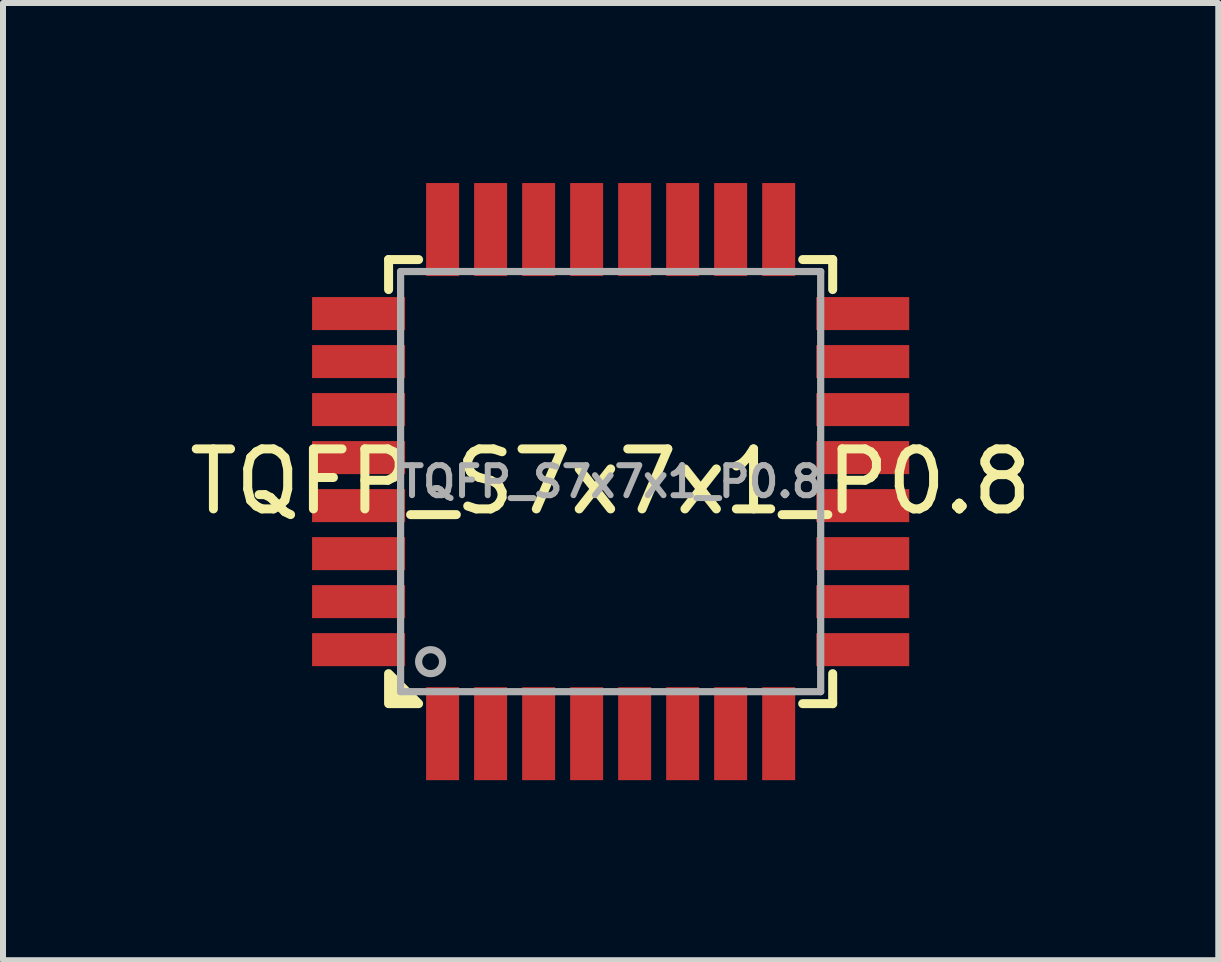
<source format=kicad_pcb>
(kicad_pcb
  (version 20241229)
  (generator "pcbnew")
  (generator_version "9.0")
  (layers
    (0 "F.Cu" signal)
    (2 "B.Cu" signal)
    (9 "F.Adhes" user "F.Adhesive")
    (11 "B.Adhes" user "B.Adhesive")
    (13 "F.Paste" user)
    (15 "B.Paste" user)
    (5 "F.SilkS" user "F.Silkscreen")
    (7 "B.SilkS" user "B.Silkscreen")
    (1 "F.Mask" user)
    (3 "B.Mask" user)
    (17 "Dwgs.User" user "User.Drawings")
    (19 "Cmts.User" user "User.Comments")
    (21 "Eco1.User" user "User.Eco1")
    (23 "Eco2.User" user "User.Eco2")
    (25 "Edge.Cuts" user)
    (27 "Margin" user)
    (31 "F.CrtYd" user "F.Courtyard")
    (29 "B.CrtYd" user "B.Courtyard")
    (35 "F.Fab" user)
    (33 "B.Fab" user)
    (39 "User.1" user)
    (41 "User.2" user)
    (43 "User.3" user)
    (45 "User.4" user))
  (footprint "TQFP_S7x7x1_P0.8"
    (layer "F.Cu")
    (at 7.125 4.975)
    (property "Reference" "TQFP_S7x7x1_P0.8" (at 0 0 0) (layer "F.SilkS") (effects (font (size 1 1) (thickness 0.15))))
    (attr smd)
    (fp_line (start -3.7 -3.7) (end -3.7 -3.2) (stroke (width 0.15) (type solid)) (layer "F.SilkS"))
    (fp_line (start -3.2 -3.7) (end -3.7 -3.7) (stroke (width 0.15) (type solid)) (layer "F.SilkS"))
    (fp_line (start 3.2 3.7) (end 3.7 3.7) (stroke (width 0.15) (type solid)) (layer "F.SilkS"))
    (fp_line (start 3.7 -3.7) (end 3.2 -3.7) (stroke (width 0.15) (type solid)) (layer "F.SilkS"))
    (fp_line (start 3.7 -3.2) (end 3.7 -3.7) (stroke (width 0.15) (type solid)) (layer "F.SilkS"))
    (fp_line (start 3.7 3.7) (end 3.7 3.2) (stroke (width 0.15) (type solid)) (layer "F.SilkS"))
    (fp_poly (pts (xy -3.2 3.7) (xy -3.7 3.7) (xy -3.7 3.2)) (stroke (width 0.15) (type solid)) (fill yes) (layer "F.SilkS"))
    (fp_line (start -3.5 -3.5) (end -3.5 3.5) (stroke (width 0.12) (type solid)) (layer "F.Fab"))
    (fp_line (start -3.5 3.5) (end 3.5 3.5) (stroke (width 0.12) (type solid)) (layer "F.Fab"))
    (fp_line (start 3.5 -3.5) (end -3.5 -3.5) (stroke (width 0.12) (type solid)) (layer "F.Fab"))
    (fp_line (start 3.5 3.5) (end 3.5 -3.5) (stroke (width 0.12) (type solid)) (layer "F.Fab"))
    (fp_circle (center -3 3) (end -3 2.8) (stroke (width 0.12) (type solid)) (fill no) (layer "F.Fab"))
    (fp_text user "${REFERENCE}" (at 0 0 0) (layer "F.Fab") (effects (font (size 0.5 0.5) (thickness 0.1))))
    (pad "1" smd rect (at -2.8 4.2) (size 0.55 1.55) (layers "F.Cu" "F.Mask" "F.Paste"))
    (pad "2" smd rect (at -2 4.2) (size 0.55 1.55) (layers "F.Cu" "F.Mask" "F.Paste"))
    (pad "3" smd rect (at -1.2 4.2) (size 0.55 1.55) (layers "F.Cu" "F.Mask" "F.Paste"))
    (pad "4" smd rect (at -0.4 4.2) (size 0.55 1.55) (layers "F.Cu" "F.Mask" "F.Paste"))
    (pad "5" smd rect (at 0.4 4.2) (size 0.55 1.55) (layers "F.Cu" "F.Mask" "F.Paste"))
    (pad "6" smd rect (at 1.2 4.2) (size 0.55 1.55) (layers "F.Cu" "F.Mask" "F.Paste"))
    (pad "7" smd rect (at 2 4.2) (size 0.55 1.55) (layers "F.Cu" "F.Mask" "F.Paste"))
    (pad "8" smd rect (at 2.8 4.2) (size 0.55 1.55) (layers "F.Cu" "F.Mask" "F.Paste"))
    (pad "9" smd rect (at 4.2 2.8 90) (size 0.55 1.55) (layers "F.Cu" "F.Mask" "F.Paste"))
    (pad "10" smd rect (at 4.2 2 90) (size 0.55 1.55) (layers "F.Cu" "F.Mask" "F.Paste"))
    (pad "11" smd rect (at 4.2 1.2 90) (size 0.55 1.55) (layers "F.Cu" "F.Mask" "F.Paste"))
    (pad "12" smd rect (at 4.2 0.4 90) (size 0.55 1.55) (layers "F.Cu" "F.Mask" "F.Paste"))
    (pad "13" smd rect (at 4.2 -0.4 90) (size 0.55 1.55) (layers "F.Cu" "F.Mask" "F.Paste"))
    (pad "14" smd rect (at 4.2 -1.2 90) (size 0.55 1.55) (layers "F.Cu" "F.Mask" "F.Paste"))
    (pad "15" smd rect (at 4.2 -2 90) (size 0.55 1.55) (layers "F.Cu" "F.Mask" "F.Paste"))
    (pad "16" smd rect (at 4.2 -2.8 90) (size 0.55 1.55) (layers "F.Cu" "F.Mask" "F.Paste"))
    (pad "17" smd rect (at 2.8 -4.2 180) (size 0.55 1.55) (layers "F.Cu" "F.Mask" "F.Paste"))
    (pad "18" smd rect (at 2 -4.2 180) (size 0.55 1.55) (layers "F.Cu" "F.Mask" "F.Paste"))
    (pad "19" smd rect (at 1.2 -4.2 180) (size 0.55 1.55) (layers "F.Cu" "F.Mask" "F.Paste"))
    (pad "20" smd rect (at 0.4 -4.2 180) (size 0.55 1.55) (layers "F.Cu" "F.Mask" "F.Paste"))
    (pad "21" smd rect (at -0.4 -4.2 180) (size 0.55 1.55) (layers "F.Cu" "F.Mask" "F.Paste"))
    (pad "22" smd rect (at -1.2 -4.2 180) (size 0.55 1.55) (layers "F.Cu" "F.Mask" "F.Paste"))
    (pad "23" smd rect (at -2 -4.2 180) (size 0.55 1.55) (layers "F.Cu" "F.Mask" "F.Paste"))
    (pad "24" smd rect (at -2.8 -4.2 180) (size 0.55 1.55) (layers "F.Cu" "F.Mask" "F.Paste"))
    (pad "25" smd rect (at -4.2 -2.8 270) (size 0.55 1.55) (layers "F.Cu" "F.Mask" "F.Paste"))
    (pad "26" smd rect (at -4.2 -2 270) (size 0.55 1.55) (layers "F.Cu" "F.Mask" "F.Paste"))
    (pad "27" smd rect (at -4.2 -1.2 270) (size 0.55 1.55) (layers "F.Cu" "F.Mask" "F.Paste"))
    (pad "28" smd rect (at -4.2 -0.4 270) (size 0.55 1.55) (layers "F.Cu" "F.Mask" "F.Paste"))
    (pad "29" smd rect (at -4.2 0.4 270) (size 0.55 1.55) (layers "F.Cu" "F.Mask" "F.Paste"))
    (pad "30" smd rect (at -4.2 1.2 270) (size 0.55 1.55) (layers "F.Cu" "F.Mask" "F.Paste"))
    (pad "31" smd rect (at -4.2 2 270) (size 0.55 1.55) (layers "F.Cu" "F.Mask" "F.Paste"))
    (pad "32" smd rect (at -4.2 2.8 270) (size 0.55 1.55) (layers "F.Cu" "F.Mask" "F.Paste")))
  (gr_rect
    (start -3 -3)
    (end 17.25 12.95)
    (stroke (width 0.1) (type default))
    (fill no)
    (layer "Edge.Cuts")))
</source>
